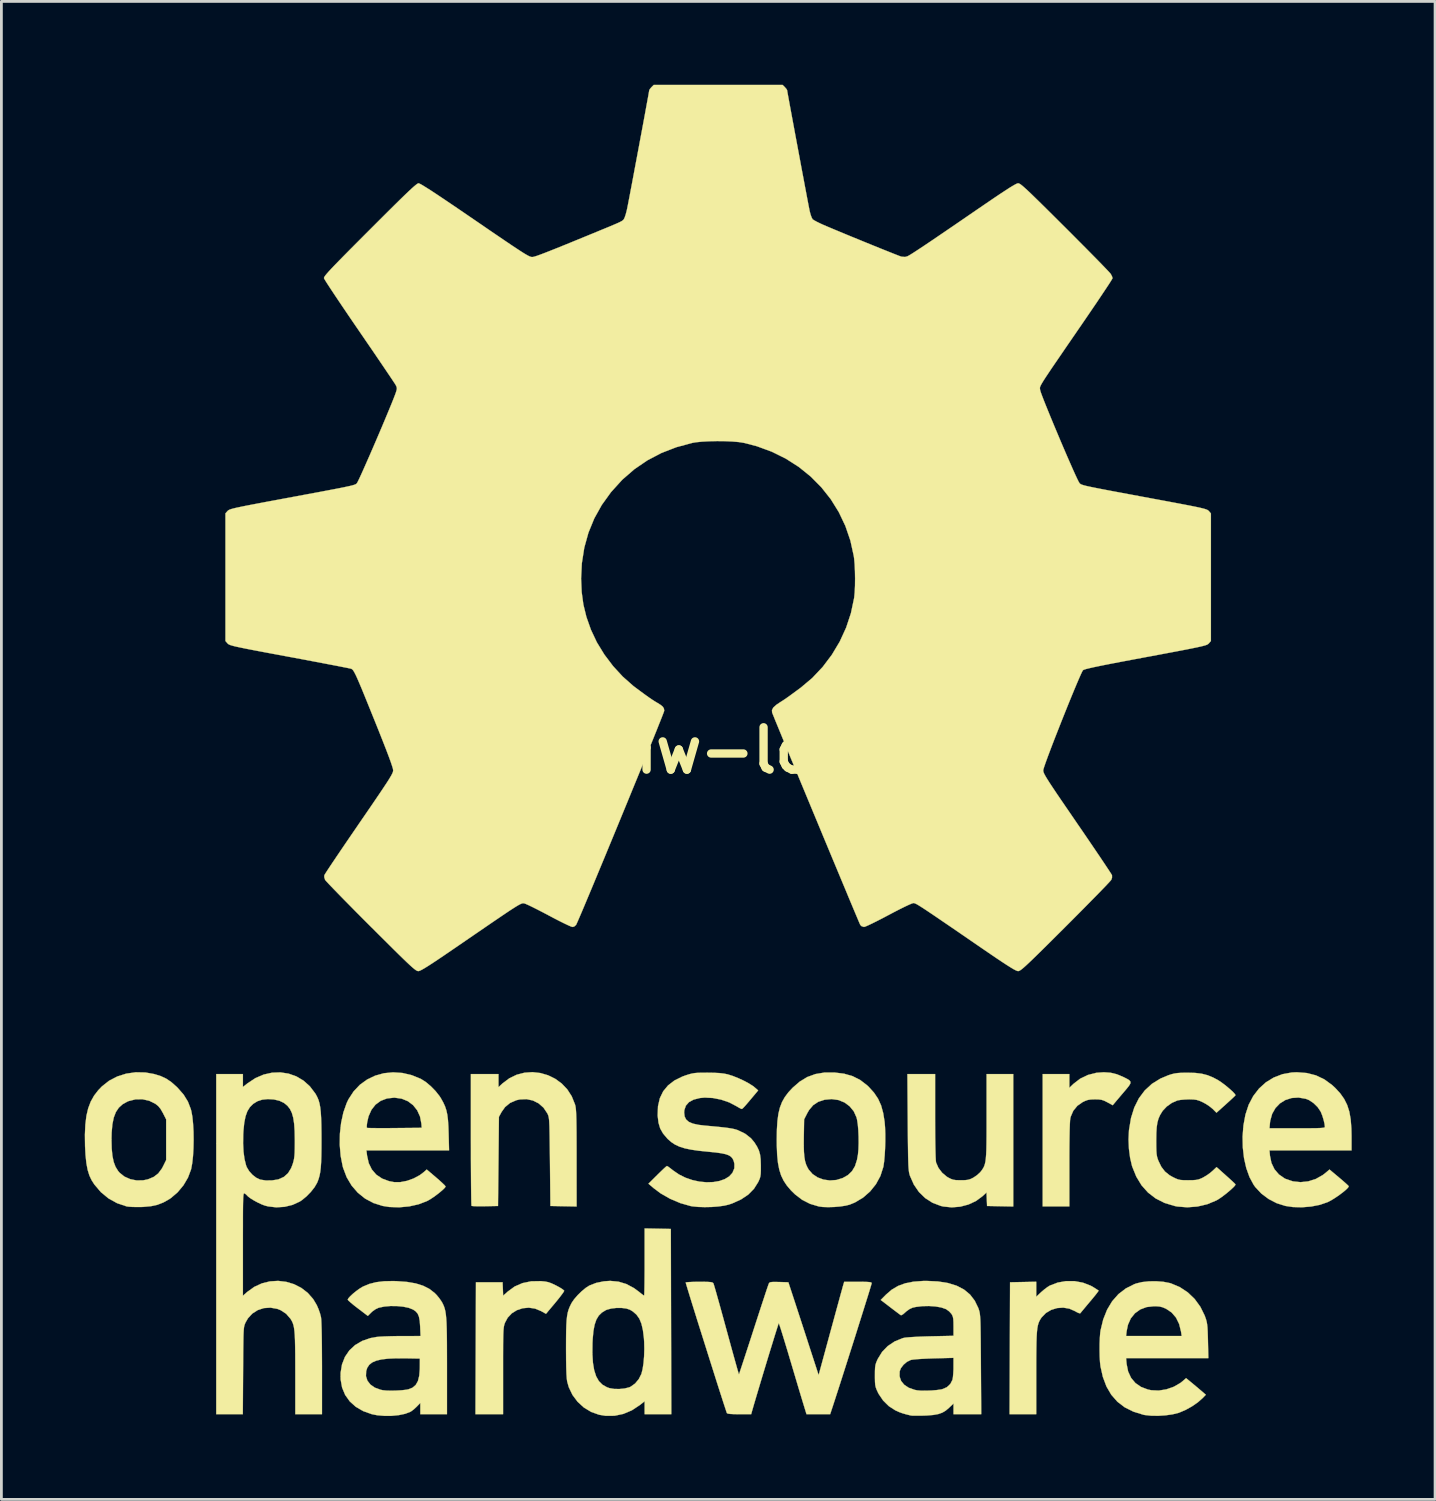
<source format=kicad_pcb>
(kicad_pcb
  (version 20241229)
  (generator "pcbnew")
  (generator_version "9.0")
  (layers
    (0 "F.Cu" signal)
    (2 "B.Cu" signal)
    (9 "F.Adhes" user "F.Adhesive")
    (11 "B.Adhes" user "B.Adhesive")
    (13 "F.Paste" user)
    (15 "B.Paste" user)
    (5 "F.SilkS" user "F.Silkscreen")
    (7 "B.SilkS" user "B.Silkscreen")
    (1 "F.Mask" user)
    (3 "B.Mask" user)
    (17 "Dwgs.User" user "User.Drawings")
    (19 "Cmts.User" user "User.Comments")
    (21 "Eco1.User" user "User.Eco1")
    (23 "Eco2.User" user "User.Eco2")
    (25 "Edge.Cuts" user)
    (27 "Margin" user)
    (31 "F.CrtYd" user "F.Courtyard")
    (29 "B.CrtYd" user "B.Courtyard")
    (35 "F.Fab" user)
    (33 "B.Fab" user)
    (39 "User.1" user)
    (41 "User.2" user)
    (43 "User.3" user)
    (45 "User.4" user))
  (footprint "oshw-logo"
    (layer "F.Cu")
    (at 22.788 23.95)
    (property "Reference" "oshw-logo" (at 0 0 0) (layer "F.SilkS") (effects (font (size 1.524 1.524) (thickness 0.3))))
    (attr through_hole)
    (fp_poly (pts (xy 14.118 11.594) (xy 14.343 11.649) (xy 14.575 11.747) (xy 14.71 11.814) (xy 14.796 11.869) (xy 14.835 11.922) (xy 14.828 11.985) (xy 14.775 12.071) (xy 14.679 12.19) (xy 14.624 12.255) (xy 14.514 12.384) (xy 14.411 12.506) (xy 14.328 12.604) (xy 14.283 12.658) (xy 14.195 12.763) (xy 14.001 12.657) (xy 13.888 12.6) (xy 13.792 12.568) (xy 13.684 12.554) (xy 13.558 12.551) (xy 13.411 12.556) (xy 13.3 12.573) (xy 13.195 12.611) (xy 13.114 12.65) (xy 12.921 12.785) (xy 12.775 12.964) (xy 12.683 13.178) (xy 12.67 13.23) (xy 12.66 13.31) (xy 12.652 13.454) (xy 12.645 13.657) (xy 12.64 13.918) (xy 12.636 14.233) (xy 12.634 14.599) (xy 12.634 14.901) (xy 12.634 16.404) (xy 11.675 16.404) (xy 11.675 11.642) (xy 12.634 11.642) (xy 12.634 12.137) (xy 12.784 11.993) (xy 13.024 11.808) (xy 13.3 11.675) (xy 13.604 11.597) (xy 13.874 11.577) (xy 14.118 11.594)) (stroke (width 0.01) (type solid)) (fill yes) (layer "F.SilkS"))
    (fp_poly (pts (xy -6.374 19.092) (xy -6.23 19.106) (xy -6.114 19.129) (xy -5.998 19.17) (xy -5.858 19.236) (xy -5.822 19.254) (xy -5.7 19.32) (xy -5.605 19.38) (xy -5.549 19.425) (xy -5.54 19.441) (xy -5.56 19.48) (xy -5.616 19.56) (xy -5.7 19.671) (xy -5.805 19.802) (xy -5.867 19.877) (xy -6.195 20.268) (xy -6.372 20.169) (xy -6.588 20.08) (xy -6.812 20.047) (xy -7.034 20.067) (xy -7.241 20.136) (xy -7.425 20.25) (xy -7.573 20.407) (xy -7.671 20.59) (xy -7.687 20.635) (xy -7.7 20.682) (xy -7.711 20.736) (xy -7.719 20.804) (xy -7.726 20.893) (xy -7.731 21.008) (xy -7.734 21.156) (xy -7.737 21.343) (xy -7.738 21.575) (xy -7.739 21.86) (xy -7.739 22.201) (xy -7.739 22.325) (xy -7.739 23.879) (xy -8.732 23.879) (xy -8.723 21.506) (xy -8.715 19.133) (xy -7.756 19.133) (xy -7.746 19.374) (xy -7.736 19.616) (xy -7.57 19.467) (xy -7.321 19.285) (xy -7.04 19.163) (xy -6.728 19.098) (xy -6.385 19.092) (xy -6.374 19.092)) (stroke (width 0.01) (type solid)) (fill yes) (layer "F.SilkS"))
    (fp_poly (pts (xy 12.823 19.092) (xy 13.124 19.148) (xy 13.403 19.256) (xy 13.51 19.317) (xy 13.601 19.375) (xy 13.666 19.417) (xy 13.688 19.433) (xy 13.672 19.461) (xy 13.621 19.53) (xy 13.54 19.632) (xy 13.437 19.757) (xy 13.374 19.832) (xy 13.259 19.969) (xy 13.16 20.088) (xy 13.083 20.18) (xy 13.037 20.237) (xy 13.028 20.249) (xy 12.992 20.248) (xy 12.918 20.217) (xy 12.84 20.173) (xy 12.635 20.082) (xy 12.415 20.045) (xy 12.192 20.061) (xy 11.979 20.127) (xy 11.79 20.239) (xy 11.638 20.395) (xy 11.624 20.414) (xy 11.584 20.477) (xy 11.55 20.541) (xy 11.522 20.612) (xy 11.499 20.696) (xy 11.481 20.799) (xy 11.468 20.928) (xy 11.458 21.088) (xy 11.451 21.287) (xy 11.447 21.529) (xy 11.444 21.822) (xy 11.443 22.171) (xy 11.443 22.397) (xy 11.443 23.879) (xy 10.484 23.879) (xy 10.501 19.133) (xy 11.443 19.114) (xy 11.443 19.655) (xy 11.619 19.488) (xy 11.73 19.393) (xy 11.845 19.306) (xy 11.932 19.252) (xy 12.214 19.144) (xy 12.515 19.091) (xy 12.823 19.092)) (stroke (width 0.01) (type solid)) (fill yes) (layer "F.SilkS"))
    (fp_poly (pts (xy -6.397 11.605) (xy -6.122 11.685) (xy -5.865 11.811) (xy -5.631 11.981) (xy -5.43 12.192) (xy -5.268 12.443) (xy -5.152 12.732) (xy -5.141 12.77) (xy -5.13 12.823) (xy -5.121 12.896) (xy -5.113 12.994) (xy -5.107 13.124) (xy -5.102 13.289) (xy -5.099 13.495) (xy -5.096 13.748) (xy -5.095 14.054) (xy -5.094 14.417) (xy -5.094 14.677) (xy -5.093 16.406) (xy -5.565 16.397) (xy -6.036 16.388) (xy -6.052 14.8) (xy -6.056 14.435) (xy -6.06 14.13) (xy -6.063 13.88) (xy -6.067 13.677) (xy -6.071 13.516) (xy -6.077 13.391) (xy -6.083 13.296) (xy -6.092 13.224) (xy -6.102 13.171) (xy -6.114 13.129) (xy -6.129 13.092) (xy -6.146 13.057) (xy -6.282 12.853) (xy -6.458 12.697) (xy -6.666 12.593) (xy -6.896 12.544) (xy -7.139 12.555) (xy -7.265 12.584) (xy -7.487 12.681) (xy -7.667 12.829) (xy -7.789 13) (xy -7.888 13.18) (xy -7.904 14.784) (xy -7.921 16.388) (xy -8.386 16.397) (xy -8.555 16.399) (xy -8.7 16.397) (xy -8.808 16.393) (xy -8.867 16.386) (xy -8.874 16.383) (xy -8.877 16.347) (xy -8.881 16.25) (xy -8.884 16.098) (xy -8.887 15.895) (xy -8.89 15.648) (xy -8.892 15.36) (xy -8.894 15.039) (xy -8.896 14.689) (xy -8.896 14.315) (xy -8.897 14.001) (xy -8.897 11.642) (xy -7.904 11.642) (xy -7.904 12.113) (xy -7.758 11.978) (xy -7.512 11.793) (xy -7.246 11.665) (xy -6.966 11.593) (xy -6.68 11.573) (xy -6.397 11.605)) (stroke (width 0.01) (type solid)) (fill yes) (layer "F.SilkS"))
    (fp_poly (pts (xy 7.805 13.171) (xy 7.806 13.547) (xy 7.808 13.883) (xy 7.812 14.175) (xy 7.817 14.419) (xy 7.823 14.61) (xy 7.83 14.744) (xy 7.838 14.817) (xy 7.839 14.823) (xy 7.924 15.016) (xy 8.058 15.193) (xy 8.226 15.334) (xy 8.268 15.36) (xy 8.367 15.411) (xy 8.452 15.442) (xy 8.548 15.457) (xy 8.678 15.461) (xy 8.731 15.462) (xy 8.879 15.459) (xy 8.984 15.447) (xy 9.071 15.422) (xy 9.163 15.378) (xy 9.188 15.364) (xy 9.305 15.285) (xy 9.413 15.189) (xy 9.462 15.133) (xy 9.505 15.072) (xy 9.542 15.013) (xy 9.572 14.95) (xy 9.596 14.877) (xy 9.616 14.787) (xy 9.63 14.675) (xy 9.641 14.534) (xy 9.649 14.359) (xy 9.653 14.142) (xy 9.656 13.878) (xy 9.657 13.561) (xy 9.657 13.184) (xy 9.657 13.157) (xy 9.657 11.642) (xy 10.616 11.642) (xy 10.616 16.406) (xy 10.145 16.397) (xy 9.674 16.388) (xy 9.664 16.145) (xy 9.654 15.902) (xy 9.51 16.036) (xy 9.275 16.209) (xy 9.004 16.335) (xy 8.709 16.413) (xy 8.403 16.438) (xy 8.1 16.407) (xy 8.007 16.385) (xy 7.71 16.272) (xy 7.448 16.104) (xy 7.223 15.885) (xy 7.04 15.618) (xy 6.902 15.307) (xy 6.893 15.28) (xy 6.88 15.234) (xy 6.868 15.181) (xy 6.859 15.115) (xy 6.851 15.03) (xy 6.844 14.92) (xy 6.839 14.78) (xy 6.834 14.604) (xy 6.831 14.385) (xy 6.827 14.118) (xy 6.824 13.798) (xy 6.821 13.418) (xy 6.821 13.37) (xy 6.808 11.642) (xy 7.805 11.642) (xy 7.805 13.171)) (stroke (width 0.01) (type solid)) (fill yes) (layer "F.SilkS"))
    (fp_poly (pts (xy -20.608 11.585) (xy -20.293 11.641) (xy -20.059 11.713) (xy -19.859 11.806) (xy -19.674 11.931) (xy -19.483 12.1) (xy -19.443 12.14) (xy -19.231 12.383) (xy -19.077 12.633) (xy -18.973 12.903) (xy -18.954 12.975) (xy -18.917 13.178) (xy -18.892 13.429) (xy -18.876 13.711) (xy -18.872 14.009) (xy -18.878 14.307) (xy -18.894 14.59) (xy -18.921 14.841) (xy -18.958 15.046) (xy -18.966 15.077) (xy -19.075 15.367) (xy -19.238 15.644) (xy -19.446 15.894) (xy -19.686 16.1) (xy -19.748 16.142) (xy -19.961 16.262) (xy -20.174 16.345) (xy -20.408 16.396) (xy -20.681 16.421) (xy -20.753 16.424) (xy -20.923 16.425) (xy -21.082 16.422) (xy -21.21 16.413) (xy -21.282 16.403) (xy -21.626 16.287) (xy -21.936 16.115) (xy -22.21 15.889) (xy -22.444 15.613) (xy -22.541 15.462) (xy -22.621 15.294) (xy -22.684 15.092) (xy -22.73 14.848) (xy -22.761 14.554) (xy -22.778 14.237) (xy -22.781 14.006) (xy -21.827 14.006) (xy -21.819 14.325) (xy -21.793 14.588) (xy -21.748 14.803) (xy -21.681 14.98) (xy -21.589 15.128) (xy -21.535 15.192) (xy -21.364 15.329) (xy -21.155 15.423) (xy -20.923 15.469) (xy -20.681 15.464) (xy -20.517 15.429) (xy -20.309 15.343) (xy -20.145 15.217) (xy -20.014 15.041) (xy -19.971 14.96) (xy -19.86 14.735) (xy -19.86 13.272) (xy -19.976 13.044) (xy -20.059 12.899) (xy -20.143 12.796) (xy -20.246 12.713) (xy -20.249 12.711) (xy -20.47 12.602) (xy -20.713 12.548) (xy -20.964 12.552) (xy -21.21 12.614) (xy -21.258 12.634) (xy -21.428 12.729) (xy -21.564 12.852) (xy -21.669 13.009) (xy -21.745 13.206) (xy -21.795 13.45) (xy -21.821 13.746) (xy -21.827 14.006) (xy -22.781 14.006) (xy -22.783 13.82) (xy -22.767 13.459) (xy -22.729 13.146) (xy -22.665 12.874) (xy -22.574 12.634) (xy -22.454 12.419) (xy -22.302 12.222) (xy -22.169 12.084) (xy -21.913 11.882) (xy -21.619 11.729) (xy -21.297 11.627) (xy -20.957 11.578) (xy -20.608 11.585)) (stroke (width 0.01) (type solid)) (fill yes) (layer "F.SilkS"))
    (fp_poly (pts (xy 16.019 19.116) (xy 16.248 19.161) (xy 16.29 19.173) (xy 16.608 19.307) (xy 16.894 19.496) (xy 17.143 19.734) (xy 17.348 20.015) (xy 17.504 20.332) (xy 17.52 20.377) (xy 17.552 20.469) (xy 17.575 20.554) (xy 17.591 20.646) (xy 17.603 20.755) (xy 17.611 20.897) (xy 17.617 21.083) (xy 17.621 21.241) (xy 17.635 21.861) (xy 14.675 21.861) (xy 14.695 22.075) (xy 14.749 22.343) (xy 14.855 22.572) (xy 15.011 22.758) (xy 15.215 22.899) (xy 15.462 22.992) (xy 15.583 23.017) (xy 15.85 23.029) (xy 16.126 22.985) (xy 16.392 22.892) (xy 16.629 22.755) (xy 16.712 22.689) (xy 16.834 22.582) (xy 17.058 22.766) (xy 17.18 22.868) (xy 17.301 22.97) (xy 17.398 23.052) (xy 17.413 23.065) (xy 17.545 23.179) (xy 17.429 23.3) (xy 17.259 23.45) (xy 17.047 23.597) (xy 16.817 23.725) (xy 16.591 23.821) (xy 16.56 23.832) (xy 16.344 23.885) (xy 16.092 23.92) (xy 15.828 23.937) (xy 15.573 23.933) (xy 15.351 23.909) (xy 15.296 23.898) (xy 14.938 23.787) (xy 14.627 23.632) (xy 14.363 23.43) (xy 14.144 23.181) (xy 13.97 22.884) (xy 13.84 22.538) (xy 13.755 22.159) (xy 13.737 22.001) (xy 13.726 21.799) (xy 13.722 21.573) (xy 13.723 21.343) (xy 13.732 21.127) (xy 13.736 21.067) (xy 14.675 21.067) (xy 16.676 21.067) (xy 16.653 20.91) (xy 16.585 20.635) (xy 16.472 20.404) (xy 16.315 20.221) (xy 16.116 20.087) (xy 16.114 20.086) (xy 15.994 20.034) (xy 15.885 20.006) (xy 15.756 19.996) (xy 15.677 19.995) (xy 15.413 20.025) (xy 15.184 20.111) (xy 14.994 20.248) (xy 14.845 20.433) (xy 14.743 20.662) (xy 14.696 20.888) (xy 14.675 21.067) (xy 13.736 21.067) (xy 13.746 20.946) (xy 13.757 20.866) (xy 13.853 20.47) (xy 13.993 20.119) (xy 14.176 19.814) (xy 14.401 19.559) (xy 14.666 19.355) (xy 14.97 19.202) (xy 15.039 19.177) (xy 15.249 19.126) (xy 15.497 19.099) (xy 15.761 19.096) (xy 16.019 19.116)) (stroke (width 0.01) (type solid)) (fill yes) (layer "F.SilkS"))
    (fp_poly (pts (xy -11.359 11.603) (xy -11.018 11.684) (xy -10.691 11.819) (xy -10.52 11.927) (xy -10.34 12.078) (xy -10.169 12.253) (xy -10.026 12.433) (xy -9.979 12.506) (xy -9.893 12.66) (xy -9.827 12.803) (xy -9.779 12.948) (xy -9.744 13.11) (xy -9.721 13.3) (xy -9.706 13.532) (xy -9.698 13.767) (xy -9.682 14.387) (xy -12.655 14.387) (xy -12.632 14.577) (xy -12.572 14.847) (xy -12.46 15.076) (xy -12.3 15.262) (xy -12.091 15.402) (xy -11.838 15.496) (xy -11.656 15.53) (xy -11.436 15.53) (xy -11.197 15.484) (xy -10.957 15.398) (xy -10.736 15.279) (xy -10.602 15.178) (xy -10.485 15.076) (xy -10.146 15.364) (xy -10.021 15.473) (xy -9.917 15.568) (xy -9.842 15.641) (xy -9.808 15.683) (xy -9.806 15.688) (xy -9.832 15.731) (xy -9.901 15.8) (xy -10.001 15.886) (xy -10.12 15.98) (xy -10.245 16.071) (xy -10.365 16.15) (xy -10.466 16.207) (xy -10.774 16.326) (xy -11.116 16.403) (xy -11.475 16.436) (xy -11.831 16.424) (xy -12.072 16.386) (xy -12.402 16.282) (xy -12.702 16.122) (xy -12.965 15.911) (xy -13.188 15.653) (xy -13.366 15.353) (xy -13.494 15.015) (xy -13.508 14.965) (xy -13.582 14.587) (xy -13.615 14.19) (xy -13.609 13.787) (xy -13.583 13.551) (xy -12.644 13.551) (xy -12.639 13.576) (xy -12.603 13.581) (xy -12.509 13.584) (xy -12.366 13.586) (xy -12.181 13.587) (xy -11.963 13.587) (xy -11.722 13.586) (xy -11.644 13.585) (xy -10.666 13.576) (xy -10.677 13.429) (xy -10.726 13.171) (xy -10.828 12.946) (xy -10.976 12.76) (xy -11.164 12.618) (xy -11.387 12.527) (xy -11.637 12.492) (xy -11.658 12.491) (xy -11.917 12.52) (xy -12.141 12.605) (xy -12.328 12.742) (xy -12.475 12.929) (xy -12.579 13.164) (xy -12.627 13.371) (xy -12.64 13.475) (xy -12.644 13.551) (xy -13.583 13.551) (xy -13.565 13.394) (xy -13.484 13.022) (xy -13.366 12.687) (xy -13.302 12.552) (xy -13.117 12.267) (xy -12.891 12.028) (xy -12.629 11.838) (xy -12.339 11.699) (xy -12.026 11.612) (xy -11.697 11.58) (xy -11.359 11.603)) (stroke (width 0.01) (type solid)) (fill yes) (layer "F.SilkS"))
    (fp_poly (pts (xy 4.53 11.629) (xy 4.838 11.718) (xy 5.111 11.856) (xy 5.359 12.047) (xy 5.412 12.097) (xy 5.605 12.31) (xy 5.753 12.53) (xy 5.862 12.771) (xy 5.938 13.048) (xy 5.988 13.361) (xy 6.004 13.561) (xy 6.012 13.797) (xy 6.012 14.055) (xy 6.005 14.317) (xy 5.991 14.566) (xy 5.971 14.786) (xy 5.946 14.96) (xy 5.94 14.987) (xy 5.837 15.308) (xy 5.676 15.604) (xy 5.465 15.866) (xy 5.211 16.088) (xy 4.921 16.261) (xy 4.729 16.34) (xy 4.58 16.377) (xy 4.388 16.406) (xy 4.173 16.424) (xy 3.957 16.43) (xy 3.764 16.424) (xy 3.621 16.405) (xy 3.306 16.311) (xy 3.024 16.168) (xy 2.765 15.97) (xy 2.618 15.826) (xy 2.473 15.655) (xy 2.356 15.48) (xy 2.265 15.291) (xy 2.198 15.079) (xy 2.151 14.835) (xy 2.122 14.549) (xy 2.109 14.212) (xy 2.109 14.197) (xy 3.079 14.197) (xy 3.085 14.43) (xy 3.1 14.618) (xy 3.126 14.772) (xy 3.165 14.901) (xy 3.219 15.015) (xy 3.255 15.077) (xy 3.394 15.238) (xy 3.576 15.36) (xy 3.788 15.438) (xy 4.017 15.47) (xy 4.252 15.453) (xy 4.48 15.383) (xy 4.482 15.382) (xy 4.67 15.275) (xy 4.815 15.135) (xy 4.922 14.956) (xy 4.995 14.728) (xy 5.03 14.532) (xy 5.047 14.346) (xy 5.054 14.128) (xy 5.052 13.896) (xy 5.042 13.667) (xy 5.024 13.459) (xy 4.998 13.289) (xy 4.979 13.206) (xy 4.879 12.983) (xy 4.731 12.802) (xy 4.545 12.664) (xy 4.326 12.576) (xy 4.084 12.542) (xy 3.827 12.566) (xy 3.601 12.64) (xy 3.419 12.76) (xy 3.272 12.934) (xy 3.208 13.044) (xy 3.092 13.272) (xy 3.081 13.908) (xy 3.079 14.197) (xy 2.109 14.197) (xy 2.107 14.006) (xy 2.113 13.642) (xy 2.132 13.333) (xy 2.167 13.071) (xy 2.222 12.845) (xy 2.298 12.647) (xy 2.399 12.468) (xy 2.528 12.297) (xy 2.675 12.138) (xy 2.933 11.914) (xy 3.204 11.749) (xy 3.498 11.642) (xy 3.821 11.588) (xy 4.181 11.586) (xy 4.53 11.629)) (stroke (width 0.01) (type solid)) (fill yes) (layer "F.SilkS"))
    (fp_poly (pts (xy 21.18 11.605) (xy 21.509 11.69) (xy 21.811 11.835) (xy 22.092 12.041) (xy 22.2 12.141) (xy 22.38 12.337) (xy 22.522 12.538) (xy 22.63 12.754) (xy 22.707 12.995) (xy 22.756 13.271) (xy 22.781 13.592) (xy 22.787 13.866) (xy 22.787 14.387) (xy 19.835 14.387) (xy 19.852 14.581) (xy 19.905 14.839) (xy 20.013 15.065) (xy 20.172 15.252) (xy 20.379 15.396) (xy 20.416 15.414) (xy 20.677 15.502) (xy 20.953 15.531) (xy 21.231 15.502) (xy 21.501 15.416) (xy 21.751 15.275) (xy 21.854 15.195) (xy 21.994 15.076) (xy 22.341 15.367) (xy 22.467 15.474) (xy 22.573 15.567) (xy 22.649 15.637) (xy 22.686 15.675) (xy 22.688 15.679) (xy 22.661 15.728) (xy 22.589 15.801) (xy 22.483 15.89) (xy 22.355 15.987) (xy 22.216 16.083) (xy 22.078 16.17) (xy 21.952 16.238) (xy 21.918 16.253) (xy 21.644 16.347) (xy 21.332 16.408) (xy 21.002 16.435) (xy 20.676 16.426) (xy 20.406 16.386) (xy 20.095 16.288) (xy 19.803 16.137) (xy 19.543 15.942) (xy 19.326 15.71) (xy 19.265 15.625) (xy 19.116 15.349) (xy 19 15.026) (xy 18.919 14.667) (xy 18.875 14.285) (xy 18.867 13.889) (xy 18.89 13.593) (xy 19.835 13.593) (xy 20.831 13.593) (xy 21.119 13.593) (xy 21.346 13.591) (xy 21.521 13.589) (xy 21.649 13.584) (xy 21.738 13.578) (xy 21.793 13.57) (xy 21.82 13.559) (xy 21.828 13.545) (xy 21.816 13.436) (xy 21.783 13.294) (xy 21.738 13.145) (xy 21.687 13.016) (xy 21.677 12.994) (xy 21.569 12.833) (xy 21.423 12.689) (xy 21.259 12.579) (xy 21.142 12.532) (xy 20.881 12.487) (xy 20.634 12.503) (xy 20.409 12.574) (xy 20.212 12.696) (xy 20.05 12.864) (xy 19.931 13.073) (xy 19.862 13.319) (xy 19.852 13.399) (xy 19.835 13.593) (xy 18.89 13.593) (xy 18.898 13.49) (xy 18.97 13.101) (xy 18.971 13.097) (xy 19.086 12.746) (xy 19.25 12.434) (xy 19.458 12.164) (xy 19.705 11.94) (xy 19.988 11.767) (xy 20.3 11.647) (xy 20.638 11.585) (xy 20.819 11.577) (xy 21.18 11.605)) (stroke (width 0.01) (type solid)) (fill yes) (layer "F.SilkS"))
    (fp_poly (pts (xy -1.703 17.214) (xy -1.695 20.547) (xy -1.686 23.879) (xy -2.646 23.879) (xy -2.646 23.414) (xy -2.818 23.55) (xy -3.105 23.739) (xy -3.41 23.868) (xy -3.726 23.935) (xy -4.046 23.938) (xy -4.284 23.899) (xy -4.572 23.796) (xy -4.833 23.638) (xy -5.058 23.432) (xy -5.241 23.187) (xy -5.374 22.91) (xy -5.432 22.705) (xy -5.447 22.598) (xy -5.458 22.432) (xy -5.466 22.205) (xy -5.471 21.916) (xy -5.472 21.702) (xy -4.526 21.702) (xy -4.506 22.027) (xy -4.461 22.297) (xy -4.39 22.517) (xy -4.291 22.69) (xy -4.162 22.819) (xy -4.002 22.909) (xy -3.909 22.942) (xy -3.743 22.97) (xy -3.554 22.973) (xy -3.366 22.954) (xy -3.204 22.914) (xy -3.149 22.89) (xy -2.99 22.776) (xy -2.855 22.615) (xy -2.761 22.426) (xy -2.761 22.425) (xy -2.719 22.259) (xy -2.686 22.043) (xy -2.665 21.797) (xy -2.657 21.537) (xy -2.662 21.281) (xy -2.672 21.137) (xy -2.708 20.853) (xy -2.761 20.624) (xy -2.836 20.442) (xy -2.938 20.299) (xy -3.069 20.184) (xy -3.175 20.12) (xy -3.304 20.077) (xy -3.474 20.056) (xy -3.662 20.056) (xy -3.845 20.077) (xy -4.002 20.119) (xy -4.046 20.138) (xy -4.186 20.224) (xy -4.297 20.334) (xy -4.383 20.477) (xy -4.445 20.658) (xy -4.488 20.886) (xy -4.514 21.169) (xy -4.522 21.319) (xy -4.526 21.702) (xy -5.472 21.702) (xy -5.473 21.562) (xy -5.473 21.481) (xy -5.472 21.154) (xy -5.469 20.885) (xy -5.462 20.666) (xy -5.451 20.487) (xy -5.434 20.341) (xy -5.411 20.219) (xy -5.38 20.112) (xy -5.34 20.013) (xy -5.291 19.912) (xy -5.27 19.872) (xy -5.181 19.742) (xy -5.055 19.597) (xy -4.91 19.455) (xy -4.764 19.334) (xy -4.639 19.253) (xy -4.391 19.156) (xy -4.111 19.098) (xy -3.885 19.083) (xy -3.585 19.111) (xy -3.303 19.196) (xy -3.031 19.341) (xy -2.838 19.484) (xy -2.754 19.552) (xy -2.69 19.598) (xy -2.665 19.612) (xy -2.66 19.58) (xy -2.656 19.49) (xy -2.653 19.348) (xy -2.65 19.161) (xy -2.648 18.938) (xy -2.646 18.685) (xy -2.646 18.41) (xy -2.646 17.196) (xy -1.703 17.214)) (stroke (width 0.01) (type solid)) (fill yes) (layer "F.SilkS"))
    (fp_poly (pts (xy 17.164 11.601) (xy 17.399 11.63) (xy 17.609 11.684) (xy 17.812 11.768) (xy 17.99 11.864) (xy 18.092 11.931) (xy 18.209 12.017) (xy 18.328 12.113) (xy 18.44 12.209) (xy 18.532 12.296) (xy 18.593 12.364) (xy 18.613 12.402) (xy 18.613 12.403) (xy 18.586 12.433) (xy 18.519 12.498) (xy 18.421 12.589) (xy 18.301 12.698) (xy 18.266 12.73) (xy 17.928 13.033) (xy 17.791 12.896) (xy 17.687 12.81) (xy 17.553 12.72) (xy 17.434 12.655) (xy 17.313 12.602) (xy 17.212 12.571) (xy 17.103 12.556) (xy 16.96 12.552) (xy 16.933 12.552) (xy 16.784 12.558) (xy 16.641 12.571) (xy 16.533 12.589) (xy 16.518 12.593) (xy 16.324 12.678) (xy 16.141 12.807) (xy 15.995 12.961) (xy 15.975 12.991) (xy 15.898 13.118) (xy 15.841 13.246) (xy 15.802 13.387) (xy 15.777 13.553) (xy 15.764 13.758) (xy 15.76 14.015) (xy 15.76 14.039) (xy 15.761 14.245) (xy 15.765 14.398) (xy 15.773 14.512) (xy 15.787 14.602) (xy 15.808 14.679) (xy 15.837 14.759) (xy 15.837 14.76) (xy 15.944 14.979) (xy 16.073 15.147) (xy 16.238 15.281) (xy 16.353 15.346) (xy 16.461 15.399) (xy 16.548 15.433) (xy 16.635 15.452) (xy 16.744 15.46) (xy 16.894 15.462) (xy 16.913 15.462) (xy 17.075 15.46) (xy 17.19 15.451) (xy 17.281 15.433) (xy 17.367 15.401) (xy 17.434 15.37) (xy 17.566 15.293) (xy 17.704 15.195) (xy 17.775 15.134) (xy 17.931 14.989) (xy 18.267 15.289) (xy 18.391 15.4) (xy 18.496 15.496) (xy 18.572 15.568) (xy 18.61 15.608) (xy 18.613 15.612) (xy 18.596 15.649) (xy 18.536 15.716) (xy 18.444 15.802) (xy 18.331 15.898) (xy 18.208 15.996) (xy 18.087 16.086) (xy 17.977 16.158) (xy 17.928 16.186) (xy 17.598 16.324) (xy 17.241 16.408) (xy 16.875 16.436) (xy 16.516 16.407) (xy 16.421 16.388) (xy 16.061 16.279) (xy 15.742 16.118) (xy 15.466 15.906) (xy 15.232 15.644) (xy 15.043 15.333) (xy 14.897 14.974) (xy 14.887 14.941) (xy 14.82 14.654) (xy 14.778 14.331) (xy 14.764 13.994) (xy 14.779 13.669) (xy 14.782 13.646) (xy 14.853 13.222) (xy 14.971 12.845) (xy 15.136 12.515) (xy 15.347 12.232) (xy 15.604 11.995) (xy 15.908 11.806) (xy 16.19 11.687) (xy 16.31 11.648) (xy 16.416 11.622) (xy 16.526 11.606) (xy 16.659 11.597) (xy 16.834 11.594) (xy 16.884 11.594) (xy 17.164 11.601)) (stroke (width 0.01) (type solid)) (fill yes) (layer "F.SilkS"))
    (fp_poly (pts (xy -11.561 19.093) (xy -11.194 19.12) (xy -10.882 19.174) (xy -10.618 19.256) (xy -10.394 19.369) (xy -10.204 19.515) (xy -10.139 19.58) (xy -10.047 19.689) (xy -9.964 19.806) (xy -9.922 19.876) (xy -9.888 19.947) (xy -9.858 20.019) (xy -9.834 20.098) (xy -9.813 20.189) (xy -9.797 20.298) (xy -9.784 20.43) (xy -9.774 20.593) (xy -9.767 20.791) (xy -9.762 21.03) (xy -9.759 21.317) (xy -9.758 21.656) (xy -9.757 22.054) (xy -9.757 22.167) (xy -9.757 23.879) (xy -10.716 23.879) (xy -10.716 23.474) (xy -10.846 23.608) (xy -10.939 23.695) (xy -11.032 23.767) (xy -11.076 23.794) (xy -11.259 23.864) (xy -11.488 23.912) (xy -11.743 23.938) (xy -12.009 23.939) (xy -12.266 23.917) (xy -12.462 23.878) (xy -12.773 23.767) (xy -13.038 23.613) (xy -13.255 23.418) (xy -13.42 23.186) (xy -13.53 22.922) (xy -13.583 22.629) (xy -13.584 22.509) (xy -12.672 22.509) (xy -12.62 22.673) (xy -12.513 22.812) (xy -12.355 22.923) (xy -12.151 22.998) (xy -12.069 23.016) (xy -11.936 23.029) (xy -11.763 23.034) (xy -11.571 23.029) (xy -11.383 23.018) (xy -11.223 22.999) (xy -11.142 22.983) (xy -10.993 22.923) (xy -10.881 22.826) (xy -10.802 22.686) (xy -10.755 22.497) (xy -10.735 22.253) (xy -10.734 22.196) (xy -10.732 21.878) (xy -11.227 21.869) (xy -11.581 21.868) (xy -11.875 21.881) (xy -12.115 21.909) (xy -12.304 21.954) (xy -12.449 22.018) (xy -12.554 22.102) (xy -12.625 22.208) (xy -12.664 22.328) (xy -12.672 22.509) (xy -13.584 22.509) (xy -13.584 22.39) (xy -13.533 22.086) (xy -13.427 21.816) (xy -13.268 21.583) (xy -13.061 21.391) (xy -12.808 21.243) (xy -12.511 21.141) (xy -12.296 21.101) (xy -12.187 21.091) (xy -12.026 21.082) (xy -11.829 21.075) (xy -11.612 21.07) (xy -11.388 21.068) (xy -11.381 21.068) (xy -10.707 21.067) (xy -10.722 20.727) (xy -10.737 20.524) (xy -10.765 20.374) (xy -10.81 20.264) (xy -10.879 20.182) (xy -10.977 20.114) (xy -10.98 20.113) (xy -11.132 20.052) (xy -11.33 20.011) (xy -11.555 19.989) (xy -11.79 19.987) (xy -12.016 20.007) (xy -12.215 20.049) (xy -12.216 20.05) (xy -12.321 20.098) (xy -12.432 20.175) (xy -12.477 20.216) (xy -12.604 20.343) (xy -12.966 20.068) (xy -13.098 19.966) (xy -13.208 19.875) (xy -13.288 19.805) (xy -13.326 19.763) (xy -13.328 19.758) (xy -13.303 19.708) (xy -13.235 19.633) (xy -13.138 19.543) (xy -13.023 19.45) (xy -12.905 19.364) (xy -12.796 19.297) (xy -12.776 19.287) (xy -12.552 19.193) (xy -12.305 19.13) (xy -12.023 19.096) (xy -11.695 19.089) (xy -11.561 19.093)) (stroke (width 0.01) (type solid)) (fill yes) (layer "F.SilkS"))
    (fp_poly (pts (xy -0.137 11.597) (xy 0.055 11.607) (xy 0.211 11.626) (xy 0.345 11.653) (xy 0.347 11.654) (xy 0.525 11.71) (xy 0.723 11.789) (xy 0.923 11.881) (xy 1.105 11.979) (xy 1.252 12.072) (xy 1.306 12.115) (xy 1.439 12.23) (xy 1.291 12.407) (xy 1.144 12.582) (xy 1.034 12.712) (xy 0.954 12.803) (xy 0.9 12.86) (xy 0.866 12.89) (xy 0.846 12.898) (xy 0.804 12.882) (xy 0.726 12.839) (xy 0.663 12.801) (xy 0.403 12.664) (xy 0.111 12.563) (xy -0.19 12.503) (xy -0.483 12.488) (xy -0.658 12.504) (xy -0.883 12.561) (xy -1.051 12.652) (xy -1.162 12.778) (xy -1.217 12.938) (xy -1.224 13.028) (xy -1.207 13.167) (xy -1.153 13.277) (xy -1.056 13.362) (xy -0.911 13.424) (xy -0.711 13.468) (xy -0.487 13.495) (xy -0.189 13.522) (xy 0.051 13.545) (xy 0.242 13.566) (xy 0.392 13.586) (xy 0.509 13.606) (xy 0.603 13.627) (xy 0.681 13.651) (xy 0.704 13.659) (xy 0.969 13.787) (xy 1.18 13.952) (xy 1.302 14.098) (xy 1.398 14.25) (xy 1.464 14.388) (xy 1.506 14.533) (xy 1.528 14.702) (xy 1.535 14.915) (xy 1.535 14.949) (xy 1.535 15.118) (xy 1.53 15.238) (xy 1.517 15.329) (xy 1.494 15.407) (xy 1.457 15.492) (xy 1.44 15.528) (xy 1.288 15.769) (xy 1.084 15.977) (xy 0.825 16.151) (xy 0.51 16.294) (xy 0.38 16.338) (xy 0.213 16.377) (xy 0.000375 16.406) (xy -0.239 16.424) (xy -0.486 16.429) (xy -0.72 16.422) (xy -0.922 16.402) (xy -0.992 16.39) (xy -1.365 16.284) (xy -1.732 16.128) (xy -2.071 15.934) (xy -2.322 15.746) (xy -2.508 15.587) (xy -2.188 15.268) (xy -2.069 15.152) (xy -1.967 15.054) (xy -1.89 14.984) (xy -1.847 14.951) (xy -1.843 14.949) (xy -1.807 14.968) (xy -1.735 15.02) (xy -1.642 15.093) (xy -1.628 15.104) (xy -1.412 15.253) (xy -1.175 15.371) (xy -0.925 15.457) (xy -0.67 15.512) (xy -0.419 15.535) (xy -0.178 15.528) (xy 0.043 15.49) (xy 0.237 15.422) (xy 0.397 15.324) (xy 0.513 15.196) (xy 0.579 15.039) (xy 0.582 15.024) (xy 0.584 14.873) (xy 0.559 14.769) (xy 0.521 14.686) (xy 0.466 14.619) (xy 0.386 14.567) (xy 0.273 14.525) (xy 0.118 14.492) (xy -0.087 14.463) (xy -0.349 14.437) (xy -0.364 14.435) (xy -0.698 14.401) (xy -0.974 14.361) (xy -1.203 14.313) (xy -1.393 14.253) (xy -1.552 14.179) (xy -1.69 14.087) (xy -1.816 13.976) (xy -1.83 13.961) (xy -1.982 13.782) (xy -2.086 13.599) (xy -2.147 13.393) (xy -2.176 13.147) (xy -2.177 13.123) (xy -2.165 12.799) (xy -2.099 12.512) (xy -1.978 12.262) (xy -1.803 12.05) (xy -1.573 11.873) (xy -1.286 11.731) (xy -1.158 11.685) (xy -1.041 11.648) (xy -0.942 11.623) (xy -0.842 11.606) (xy -0.725 11.597) (xy -0.575 11.594) (xy -0.38 11.593) (xy -0.137 11.597)) (stroke (width 0.01) (type solid)) (fill yes) (layer "F.SilkS"))
    (fp_poly (pts (xy 7.906 19.103) (xy 8.269 19.16) (xy 8.581 19.257) (xy 8.844 19.394) (xy 9.06 19.573) (xy 9.23 19.794) (xy 9.358 20.058) (xy 9.365 20.078) (xy 9.381 20.125) (xy 9.395 20.172) (xy 9.407 20.223) (xy 9.416 20.284) (xy 9.424 20.362) (xy 9.431 20.461) (xy 9.436 20.589) (xy 9.44 20.75) (xy 9.443 20.951) (xy 9.446 21.198) (xy 9.448 21.495) (xy 9.451 21.849) (xy 9.452 22.084) (xy 9.464 23.879) (xy 8.467 23.879) (xy 8.467 23.494) (xy 8.303 23.651) (xy 8.187 23.75) (xy 8.064 23.823) (xy 7.92 23.874) (xy 7.744 23.906) (xy 7.522 23.925) (xy 7.392 23.93) (xy 7.231 23.933) (xy 7.089 23.933) (xy 6.983 23.931) (xy 6.929 23.925) (xy 6.751 23.881) (xy 6.618 23.842) (xy 6.507 23.801) (xy 6.397 23.751) (xy 6.371 23.739) (xy 6.138 23.588) (xy 5.935 23.388) (xy 5.775 23.152) (xy 5.745 23.093) (xy 5.698 22.991) (xy 5.668 22.907) (xy 5.65 22.821) (xy 5.642 22.715) (xy 5.639 22.57) (xy 5.639 22.52) (xy 6.526 22.52) (xy 6.581 22.682) (xy 6.693 22.82) (xy 6.856 22.928) (xy 7.066 23.002) (xy 7.16 23.021) (xy 7.298 23.033) (xy 7.477 23.034) (xy 7.673 23.027) (xy 7.862 23.011) (xy 8.019 22.989) (xy 8.062 22.979) (xy 8.226 22.909) (xy 8.352 22.792) (xy 8.429 22.642) (xy 8.43 22.637) (xy 8.446 22.546) (xy 8.458 22.411) (xy 8.466 22.256) (xy 8.466 22.179) (xy 8.467 21.852) (xy 7.764 21.87) (xy 7.539 21.878) (xy 7.333 21.888) (xy 7.156 21.9) (xy 7.02 21.913) (xy 6.937 21.926) (xy 6.93 21.928) (xy 6.792 21.995) (xy 6.668 22.1) (xy 6.573 22.225) (xy 6.53 22.337) (xy 6.526 22.52) (xy 5.639 22.52) (xy 5.639 22.49) (xy 5.64 22.321) (xy 5.646 22.2) (xy 5.659 22.108) (xy 5.684 22.025) (xy 5.722 21.934) (xy 5.745 21.886) (xy 5.899 21.636) (xy 6.103 21.426) (xy 6.35 21.261) (xy 6.633 21.146) (xy 6.685 21.132) (xy 6.758 21.121) (xy 6.886 21.11) (xy 7.059 21.099) (xy 7.264 21.089) (xy 7.491 21.081) (xy 7.648 21.077) (xy 8.467 21.059) (xy 8.467 20.721) (xy 8.465 20.561) (xy 8.458 20.45) (xy 8.443 20.373) (xy 8.417 20.311) (xy 8.392 20.27) (xy 8.31 20.18) (xy 8.207 20.105) (xy 8.193 20.097) (xy 8.029 20.04) (xy 7.819 20.003) (xy 7.584 19.987) (xy 7.343 19.992) (xy 7.114 20.02) (xy 6.996 20.046) (xy 6.886 20.096) (xy 6.77 20.179) (xy 6.736 20.21) (xy 6.659 20.278) (xy 6.597 20.315) (xy 6.572 20.317) (xy 6.533 20.29) (xy 6.453 20.23) (xy 6.343 20.147) (xy 6.214 20.049) (xy 6.192 20.032) (xy 5.848 19.769) (xy 6.038 19.577) (xy 6.243 19.4) (xy 6.471 19.265) (xy 6.729 19.17) (xy 7.026 19.111) (xy 7.371 19.086) (xy 7.491 19.084) (xy 7.906 19.103)) (stroke (width 0.01) (type solid)) (fill yes) (layer "F.SilkS"))
    (fp_poly (pts (xy 5.222 19.117) (xy 5.358 19.12) (xy 5.447 19.127) (xy 5.498 19.137) (xy 5.52 19.153) (xy 5.523 19.167) (xy 5.513 19.205) (xy 5.485 19.299) (xy 5.441 19.445) (xy 5.382 19.636) (xy 5.31 19.865) (xy 5.228 20.128) (xy 5.137 20.417) (xy 5.039 20.728) (xy 4.937 21.053) (xy 4.831 21.388) (xy 4.723 21.725) (xy 4.617 22.059) (xy 4.513 22.385) (xy 4.414 22.695) (xy 4.321 22.984) (xy 4.236 23.246) (xy 4.162 23.475) (xy 4.13 23.573) (xy 4.029 23.879) (xy 3.178 23.879) (xy 3.084 23.573) (xy 3.054 23.474) (xy 3.007 23.32) (xy 2.947 23.12) (xy 2.876 22.883) (xy 2.797 22.617) (xy 2.712 22.332) (xy 2.624 22.035) (xy 2.594 21.936) (xy 2.51 21.652) (xy 2.43 21.389) (xy 2.358 21.153) (xy 2.296 20.951) (xy 2.245 20.789) (xy 2.207 20.675) (xy 2.185 20.613) (xy 2.18 20.605) (xy 2.168 20.635) (xy 2.14 20.722) (xy 2.097 20.857) (xy 2.041 21.035) (xy 1.976 21.247) (xy 1.902 21.486) (xy 1.822 21.746) (xy 1.739 22.019) (xy 1.655 22.297) (xy 1.571 22.575) (xy 1.491 22.843) (xy 1.415 23.096) (xy 1.347 23.326) (xy 1.288 23.526) (xy 1.241 23.688) (xy 1.217 23.771) (xy 1.188 23.879) (xy 0.758 23.879) (xy 0.565 23.877) (xy 0.432 23.87) (xy 0.351 23.859) (xy 0.315 23.841) (xy 0.313 23.837) (xy 0.289 23.769) (xy 0.249 23.647) (xy 0.193 23.477) (xy 0.125 23.266) (xy 0.046 23.02) (xy -0.042 22.745) (xy -0.137 22.445) (xy -0.237 22.129) (xy -0.341 21.801) (xy -0.446 21.467) (xy -0.551 21.134) (xy -0.654 20.808) (xy -0.753 20.494) (xy -0.845 20.198) (xy -0.93 19.927) (xy -1.004 19.687) (xy -1.067 19.482) (xy -1.116 19.321) (xy -1.15 19.207) (xy -1.167 19.148) (xy -1.168 19.141) (xy -1.132 19.132) (xy -1.041 19.125) (xy -0.909 19.119) (xy -0.747 19.116) (xy -0.677 19.116) (xy -0.488 19.117) (xy -0.355 19.12) (xy -0.266 19.127) (xy -0.212 19.139) (xy -0.183 19.157) (xy -0.17 19.174) (xy -0.156 19.217) (xy -0.126 19.317) (xy -0.082 19.468) (xy -0.027 19.664) (xy 0.039 19.899) (xy 0.113 20.166) (xy 0.194 20.459) (xy 0.279 20.772) (xy 0.299 20.844) (xy 0.385 21.158) (xy 0.465 21.451) (xy 0.539 21.718) (xy 0.604 21.952) (xy 0.659 22.148) (xy 0.702 22.3) (xy 0.732 22.401) (xy 0.747 22.445) (xy 0.748 22.447) (xy 0.76 22.415) (xy 0.79 22.325) (xy 0.836 22.185) (xy 0.897 21.999) (xy 0.971 21.774) (xy 1.055 21.516) (xy 1.148 21.231) (xy 1.247 20.925) (xy 1.276 20.835) (xy 1.378 20.521) (xy 1.474 20.226) (xy 1.562 19.955) (xy 1.642 19.714) (xy 1.709 19.509) (xy 1.763 19.348) (xy 1.802 19.235) (xy 1.823 19.178) (xy 1.825 19.173) (xy 1.846 19.146) (xy 1.886 19.129) (xy 1.956 19.122) (xy 2.069 19.121) (xy 2.19 19.123) (xy 2.525 19.133) (xy 2.699 19.662) (xy 2.752 19.823) (xy 2.821 20.035) (xy 2.903 20.286) (xy 2.994 20.564) (xy 3.089 20.856) (xy 3.185 21.151) (xy 3.243 21.332) (xy 3.614 22.473) (xy 4.037 20.919) (xy 4.123 20.605) (xy 4.204 20.308) (xy 4.279 20.033) (xy 4.346 19.789) (xy 4.403 19.58) (xy 4.449 19.415) (xy 4.48 19.3) (xy 4.497 19.241) (xy 4.497 19.24) (xy 4.534 19.116) (xy 5.028 19.116) (xy 5.222 19.117)) (stroke (width 0.01) (type solid)) (fill yes) (layer "F.SilkS"))
    (fp_poly (pts (xy -15.455 11.627) (xy -15.175 11.726) (xy -14.918 11.879) (xy -14.689 12.084) (xy -14.495 12.34) (xy -14.474 12.374) (xy -14.421 12.475) (xy -14.377 12.58) (xy -14.343 12.699) (xy -14.317 12.839) (xy -14.298 13.008) (xy -14.285 13.215) (xy -14.277 13.466) (xy -14.273 13.772) (xy -14.272 13.973) (xy -14.273 14.311) (xy -14.277 14.592) (xy -14.285 14.822) (xy -14.298 15.012) (xy -14.317 15.169) (xy -14.343 15.301) (xy -14.376 15.417) (xy -14.417 15.525) (xy -14.433 15.561) (xy -14.523 15.715) (xy -14.654 15.88) (xy -14.809 16.04) (xy -14.971 16.174) (xy -15.053 16.229) (xy -15.312 16.348) (xy -15.599 16.418) (xy -15.899 16.437) (xy -16.193 16.403) (xy -16.312 16.372) (xy -16.431 16.327) (xy -16.566 16.263) (xy -16.703 16.189) (xy -16.824 16.114) (xy -16.912 16.049) (xy -16.948 16.011) (xy -16.994 15.966) (xy -17.034 15.94) (xy -17.048 15.934) (xy -17.06 15.935) (xy -17.069 15.949) (xy -17.077 15.98) (xy -17.084 16.033) (xy -17.089 16.113) (xy -17.092 16.225) (xy -17.095 16.375) (xy -17.097 16.567) (xy -17.098 16.806) (xy -17.098 17.098) (xy -17.099 17.447) (xy -17.099 17.762) (xy -17.099 19.618) (xy -16.942 19.479) (xy -16.689 19.298) (xy -16.415 19.172) (xy -16.127 19.101) (xy -15.833 19.083) (xy -15.542 19.117) (xy -15.262 19.201) (xy -15.002 19.333) (xy -14.769 19.512) (xy -14.571 19.737) (xy -14.441 19.954) (xy -14.378 20.1) (xy -14.324 20.255) (xy -14.29 20.386) (xy -14.29 20.387) (xy -14.281 20.47) (xy -14.274 20.616) (xy -14.267 20.82) (xy -14.262 21.078) (xy -14.258 21.387) (xy -14.256 21.742) (xy -14.254 22.14) (xy -14.254 22.231) (xy -14.254 23.879) (xy -15.214 23.879) (xy -15.214 22.415) (xy -15.215 22.031) (xy -15.216 21.708) (xy -15.22 21.437) (xy -15.225 21.215) (xy -15.233 21.034) (xy -15.245 20.888) (xy -15.26 20.771) (xy -15.28 20.677) (xy -15.305 20.599) (xy -15.336 20.532) (xy -15.372 20.469) (xy -15.39 20.442) (xy -15.546 20.264) (xy -15.742 20.136) (xy -15.862 20.089) (xy -16.108 20.046) (xy -16.346 20.062) (xy -16.567 20.135) (xy -16.76 20.258) (xy -16.918 20.43) (xy -17.004 20.58) (xy -17.022 20.621) (xy -17.037 20.661) (xy -17.05 20.706) (xy -17.06 20.762) (xy -17.068 20.836) (xy -17.074 20.933) (xy -17.079 21.06) (xy -17.082 21.222) (xy -17.085 21.427) (xy -17.088 21.68) (xy -17.09 21.988) (xy -17.092 22.316) (xy -17.102 23.879) (xy -18.058 23.879) (xy -18.058 14.136) (xy -17.092 14.136) (xy -17.077 14.438) (xy -17.041 14.702) (xy -16.987 14.918) (xy -16.96 14.991) (xy -16.874 15.135) (xy -16.752 15.269) (xy -16.613 15.376) (xy -16.477 15.439) (xy -16.276 15.47) (xy -16.053 15.468) (xy -15.844 15.435) (xy -15.813 15.427) (xy -15.625 15.342) (xy -15.476 15.209) (xy -15.362 15.023) (xy -15.306 14.876) (xy -15.279 14.782) (xy -15.259 14.692) (xy -15.246 14.594) (xy -15.237 14.475) (xy -15.233 14.32) (xy -15.231 14.118) (xy -15.231 14.023) (xy -15.237 13.698) (xy -15.255 13.431) (xy -15.288 13.213) (xy -15.338 13.038) (xy -15.407 12.897) (xy -15.498 12.782) (xy -15.613 12.687) (xy -15.622 12.68) (xy -15.786 12.602) (xy -15.986 12.555) (xy -16.199 12.542) (xy -16.404 12.563) (xy -16.578 12.62) (xy -16.579 12.621) (xy -16.728 12.713) (xy -16.846 12.83) (xy -16.938 12.978) (xy -17.005 13.164) (xy -17.051 13.397) (xy -17.08 13.685) (xy -17.087 13.808) (xy -17.092 14.136) (xy -18.058 14.136) (xy -18.058 11.642) (xy -17.099 11.642) (xy -17.099 12.106) (xy -16.927 11.971) (xy -16.646 11.786) (xy -16.351 11.66) (xy -16.05 11.593) (xy -15.749 11.582) (xy -15.455 11.627)) (stroke (width 0.01) (type solid)) (fill yes) (layer "F.SilkS"))
    (fp_poly (pts (xy 2.399 -23.864) (xy 2.454 -23.801) (xy 2.48 -23.756) (xy 2.48 -23.753) (xy 2.486 -23.715) (xy 2.503 -23.619) (xy 2.53 -23.471) (xy 2.565 -23.278) (xy 2.608 -23.046) (xy 2.657 -22.782) (xy 2.711 -22.492) (xy 2.768 -22.183) (xy 2.828 -21.862) (xy 2.889 -21.536) (xy 2.95 -21.21) (xy 3.009 -20.891) (xy 3.067 -20.586) (xy 3.12 -20.302) (xy 3.169 -20.045) (xy 3.211 -19.821) (xy 3.246 -19.638) (xy 3.273 -19.501) (xy 3.289 -19.418) (xy 3.29 -19.414) (xy 3.323 -19.286) (xy 3.361 -19.179) (xy 3.396 -19.114) (xy 3.399 -19.11) (xy 3.453 -19.074) (xy 3.551 -19.02) (xy 3.679 -18.958) (xy 3.77 -18.916) (xy 3.901 -18.86) (xy 4.073 -18.787) (xy 4.279 -18.701) (xy 4.512 -18.604) (xy 4.763 -18.5) (xy 5.026 -18.393) (xy 5.291 -18.284) (xy 5.552 -18.178) (xy 5.8 -18.077) (xy 6.028 -17.986) (xy 6.228 -17.906) (xy 6.392 -17.841) (xy 6.513 -17.794) (xy 6.582 -17.769) (xy 6.591 -17.766) (xy 6.722 -17.755) (xy 6.804 -17.777) (xy 6.846 -17.798) (xy 6.911 -17.836) (xy 7.001 -17.892) (xy 7.12 -17.969) (xy 7.271 -18.068) (xy 7.456 -18.191) (xy 7.679 -18.341) (xy 7.942 -18.52) (xy 8.249 -18.729) (xy 8.602 -18.97) (xy 9.004 -19.246) (xy 9.291 -19.443) (xy 9.625 -19.671) (xy 9.908 -19.864) (xy 10.145 -20.023) (xy 10.34 -20.151) (xy 10.494 -20.251) (xy 10.614 -20.323) (xy 10.701 -20.372) (xy 10.76 -20.399) (xy 10.792 -20.406) (xy 10.816 -20.401) (xy 10.849 -20.386) (xy 10.894 -20.356) (xy 10.954 -20.308) (xy 11.032 -20.239) (xy 11.133 -20.147) (xy 11.259 -20.028) (xy 11.413 -19.878) (xy 11.6 -19.695) (xy 11.823 -19.475) (xy 12.084 -19.216) (xy 12.388 -18.913) (xy 12.475 -18.827) (xy 12.745 -18.557) (xy 13.002 -18.298) (xy 13.243 -18.056) (xy 13.463 -17.833) (xy 13.659 -17.634) (xy 13.825 -17.463) (xy 13.959 -17.324) (xy 14.056 -17.221) (xy 14.112 -17.159) (xy 14.123 -17.144) (xy 14.167 -17.063) (xy 14.188 -16.998) (xy 14.188 -16.992) (xy 14.17 -16.956) (xy 14.118 -16.871) (xy 14.035 -16.742) (xy 13.924 -16.575) (xy 13.79 -16.374) (xy 13.636 -16.144) (xy 13.465 -15.892) (xy 13.281 -15.622) (xy 13.202 -15.506) (xy 12.917 -15.091) (xy 12.667 -14.727) (xy 12.449 -14.41) (xy 12.263 -14.137) (xy 12.104 -13.905) (xy 11.971 -13.71) (xy 11.863 -13.548) (xy 11.775 -13.416) (xy 11.707 -13.31) (xy 11.656 -13.226) (xy 11.619 -13.162) (xy 11.595 -13.114) (xy 11.581 -13.077) (xy 11.575 -13.049) (xy 11.575 -13.026) (xy 11.578 -13.004) (xy 11.581 -12.98) (xy 11.583 -12.966) (xy 11.599 -12.909) (xy 11.638 -12.799) (xy 11.698 -12.642) (xy 11.775 -12.447) (xy 11.867 -12.22) (xy 11.97 -11.968) (xy 12.082 -11.698) (xy 12.199 -11.419) (xy 12.318 -11.136) (xy 12.437 -10.858) (xy 12.552 -10.59) (xy 12.661 -10.342) (xy 12.759 -10.119) (xy 12.845 -9.928) (xy 12.915 -9.778) (xy 12.966 -9.675) (xy 12.993 -9.629) (xy 13.006 -9.613) (xy 13.021 -9.597) (xy 13.041 -9.583) (xy 13.071 -9.568) (xy 13.116 -9.552) (xy 13.18 -9.533) (xy 13.266 -9.512) (xy 13.381 -9.487) (xy 13.527 -9.457) (xy 13.709 -9.421) (xy 13.932 -9.378) (xy 14.199 -9.327) (xy 14.516 -9.268) (xy 14.886 -9.199) (xy 15.314 -9.119) (xy 15.627 -9.061) (xy 16.033 -8.986) (xy 16.379 -8.921) (xy 16.67 -8.866) (xy 16.911 -8.82) (xy 17.107 -8.781) (xy 17.263 -8.749) (xy 17.385 -8.721) (xy 17.476 -8.698) (xy 17.542 -8.678) (xy 17.589 -8.66) (xy 17.62 -8.643) (xy 17.642 -8.625) (xy 17.653 -8.614) (xy 17.727 -8.529) (xy 17.727 -6.234) (xy 17.727 -3.939) (xy 17.653 -3.853) (xy 17.635 -3.836) (xy 17.612 -3.819) (xy 17.578 -3.802) (xy 17.528 -3.784) (xy 17.457 -3.764) (xy 17.362 -3.741) (xy 17.237 -3.713) (xy 17.077 -3.68) (xy 16.878 -3.64) (xy 16.635 -3.593) (xy 16.344 -3.538) (xy 15.999 -3.473) (xy 15.596 -3.397) (xy 15.382 -3.358) (xy 14.929 -3.273) (xy 14.537 -3.199) (xy 14.202 -3.135) (xy 13.921 -3.08) (xy 13.689 -3.033) (xy 13.503 -2.994) (xy 13.359 -2.961) (xy 13.252 -2.935) (xy 13.18 -2.913) (xy 13.138 -2.896) (xy 13.125 -2.887) (xy 13.097 -2.841) (xy 13.049 -2.74) (xy 12.983 -2.591) (xy 12.901 -2.4) (xy 12.807 -2.176) (xy 12.703 -1.924) (xy 12.592 -1.652) (xy 12.477 -1.366) (xy 12.36 -1.073) (xy 12.245 -0.781) (xy 12.133 -0.497) (xy 12.028 -0.226) (xy 11.933 0.024) (xy 11.85 0.246) (xy 11.782 0.433) (xy 11.732 0.578) (xy 11.702 0.675) (xy 11.695 0.711) (xy 11.696 0.741) (xy 11.704 0.776) (xy 11.721 0.821) (xy 11.75 0.879) (xy 11.793 0.955) (xy 11.853 1.053) (xy 11.932 1.177) (xy 12.034 1.331) (xy 12.16 1.52) (xy 12.314 1.747) (xy 12.499 2.017) (xy 12.716 2.334) (xy 12.919 2.631) (xy 13.131 2.939) (xy 13.332 3.234) (xy 13.518 3.508) (xy 13.688 3.759) (xy 13.837 3.98) (xy 13.962 4.168) (xy 14.061 4.317) (xy 14.13 4.423) (xy 14.165 4.481) (xy 14.169 4.489) (xy 14.17 4.576) (xy 14.143 4.653) (xy 14.111 4.692) (xy 14.037 4.773) (xy 13.924 4.893) (xy 13.775 5.047) (xy 13.596 5.231) (xy 13.389 5.441) (xy 13.16 5.674) (xy 12.911 5.925) (xy 12.647 6.19) (xy 12.495 6.342) (xy 12.18 6.656) (xy 11.908 6.927) (xy 11.676 7.157) (xy 11.48 7.349) (xy 11.317 7.508) (xy 11.183 7.636) (xy 11.076 7.736) (xy 10.991 7.812) (xy 10.925 7.867) (xy 10.875 7.903) (xy 10.838 7.925) (xy 10.809 7.935) (xy 10.791 7.938) (xy 10.755 7.93) (xy 10.701 7.907) (xy 10.623 7.866) (xy 10.517 7.802) (xy 10.379 7.715) (xy 10.205 7.601) (xy 9.991 7.458) (xy 9.732 7.282) (xy 9.424 7.071) (xy 9.353 7.022) (xy 8.952 6.747) (xy 8.602 6.506) (xy 8.299 6.299) (xy 8.039 6.122) (xy 7.82 5.972) (xy 7.637 5.849) (xy 7.487 5.748) (xy 7.365 5.668) (xy 7.269 5.607) (xy 7.195 5.561) (xy 7.139 5.529) (xy 7.098 5.509) (xy 7.067 5.497) (xy 7.044 5.491) (xy 7.024 5.49) (xy 7.022 5.49) (xy 6.968 5.506) (xy 6.864 5.55) (xy 6.717 5.619) (xy 6.535 5.709) (xy 6.325 5.817) (xy 6.13 5.92) (xy 5.916 6.033) (xy 5.717 6.135) (xy 5.542 6.222) (xy 5.399 6.29) (xy 5.298 6.334) (xy 5.245 6.35) (xy 5.244 6.35) (xy 5.156 6.32) (xy 5.113 6.276) (xy 5.096 6.239) (xy 5.056 6.146) (xy 4.995 6.001) (xy 4.914 5.809) (xy 4.815 5.573) (xy 4.7 5.299) (xy 4.572 4.99) (xy 4.431 4.653) (xy 4.28 4.29) (xy 4.12 3.907) (xy 3.954 3.507) (xy 3.783 3.097) (xy 3.61 2.679) (xy 3.435 2.259) (xy 3.262 1.841) (xy 3.091 1.429) (xy 2.925 1.029) (xy 2.766 0.644) (xy 2.615 0.28) (xy 2.475 -0.06) (xy 2.347 -0.371) (xy 2.233 -0.648) (xy 2.135 -0.887) (xy 2.054 -1.083) (xy 1.994 -1.232) (xy 1.955 -1.329) (xy 1.941 -1.365) (xy 1.935 -1.452) (xy 1.983 -1.543) (xy 2.09 -1.641) (xy 2.205 -1.719) (xy 2.294 -1.776) (xy 2.376 -1.829) (xy 2.462 -1.888) (xy 2.562 -1.959) (xy 2.687 -2.05) (xy 2.847 -2.168) (xy 2.968 -2.257) (xy 3.383 -2.606) (xy 3.759 -3.004) (xy 4.09 -3.443) (xy 4.373 -3.916) (xy 4.603 -4.417) (xy 4.776 -4.939) (xy 4.889 -5.474) (xy 4.894 -5.507) (xy 4.912 -5.694) (xy 4.923 -5.928) (xy 4.926 -6.186) (xy 4.921 -6.449) (xy 4.91 -6.697) (xy 4.891 -6.91) (xy 4.879 -6.996) (xy 4.757 -7.551) (xy 4.576 -8.079) (xy 4.339 -8.577) (xy 4.05 -9.042) (xy 3.712 -9.469) (xy 3.327 -9.857) (xy 2.899 -10.202) (xy 2.431 -10.501) (xy 1.926 -10.75) (xy 1.386 -10.948) (xy 0.926 -11.067) (xy 0.741 -11.096) (xy 0.508 -11.116) (xy 0.242 -11.128) (xy -0.037 -11.131) (xy -0.315 -11.125) (xy -0.573 -11.111) (xy -0.796 -11.089) (xy -0.926 -11.067) (xy -1.501 -10.912) (xy -2.042 -10.703) (xy -2.545 -10.439) (xy -3.011 -10.122) (xy -3.437 -9.753) (xy -3.465 -9.725) (xy -3.856 -9.294) (xy -4.187 -8.834) (xy -4.458 -8.348) (xy -4.668 -7.835) (xy -4.817 -7.297) (xy -4.905 -6.735) (xy -4.932 -6.185) (xy -4.911 -5.699) (xy -4.849 -5.246) (xy -4.741 -4.805) (xy -4.582 -4.354) (xy -4.576 -4.34) (xy -4.364 -3.89) (xy -4.095 -3.451) (xy -3.78 -3.034) (xy -3.43 -2.654) (xy -3.054 -2.322) (xy -2.976 -2.263) (xy -2.773 -2.112) (xy -2.613 -1.995) (xy -2.487 -1.905) (xy -2.386 -1.836) (xy -2.302 -1.781) (xy -2.223 -1.734) (xy -2.203 -1.722) (xy -2.073 -1.641) (xy -1.993 -1.575) (xy -1.952 -1.509) (xy -1.941 -1.433) (xy -1.941 -1.429) (xy -1.954 -1.389) (xy -1.99 -1.293) (xy -2.048 -1.145) (xy -2.126 -0.95) (xy -2.221 -0.711) (xy -2.333 -0.434) (xy -2.459 -0.123) (xy -2.597 0.217) (xy -2.746 0.583) (xy -2.904 0.969) (xy -3.069 1.37) (xy -3.238 1.783) (xy -3.411 2.203) (xy -3.585 2.626) (xy -3.758 3.046) (xy -3.929 3.459) (xy -4.095 3.862) (xy -4.256 4.248) (xy -4.408 4.615) (xy -4.55 4.957) (xy -4.681 5.269) (xy -4.798 5.548) (xy -4.899 5.788) (xy -4.984 5.986) (xy -5.049 6.136) (xy -5.093 6.234) (xy -5.113 6.276) (xy -5.182 6.336) (xy -5.241 6.35) (xy -5.291 6.335) (xy -5.39 6.292) (xy -5.53 6.226) (xy -5.703 6.14) (xy -5.898 6.04) (xy -6.092 5.937) (xy -6.304 5.825) (xy -6.502 5.723) (xy -6.677 5.635) (xy -6.82 5.566) (xy -6.922 5.521) (xy -6.971 5.503) (xy -6.995 5.499) (xy -7.019 5.497) (xy -7.048 5.501) (xy -7.084 5.513) (xy -7.132 5.535) (xy -7.195 5.569) (xy -7.277 5.618) (xy -7.382 5.685) (xy -7.514 5.77) (xy -7.675 5.878) (xy -7.871 6.011) (xy -8.105 6.17) (xy -8.38 6.358) (xy -8.701 6.578) (xy -9.07 6.831) (xy -9.268 6.967) (xy -9.595 7.191) (xy -9.872 7.38) (xy -10.104 7.536) (xy -10.294 7.662) (xy -10.446 7.76) (xy -10.566 7.834) (xy -10.657 7.886) (xy -10.723 7.919) (xy -10.768 7.935) (xy -10.789 7.938) (xy -10.813 7.934) (xy -10.843 7.923) (xy -10.882 7.899) (xy -10.934 7.86) (xy -11.001 7.804) (xy -11.088 7.726) (xy -11.198 7.623) (xy -11.334 7.492) (xy -11.5 7.33) (xy -11.699 7.134) (xy -11.934 6.9) (xy -12.21 6.626) (xy -12.495 6.342) (xy -12.766 6.071) (xy -13.024 5.812) (xy -13.264 5.568) (xy -13.484 5.345) (xy -13.679 5.145) (xy -13.845 4.974) (xy -13.979 4.835) (xy -14.075 4.732) (xy -14.131 4.669) (xy -14.143 4.653) (xy -14.173 4.554) (xy -14.169 4.488) (xy -14.146 4.449) (xy -14.09 4.36) (xy -14.002 4.226) (xy -13.886 4.052) (xy -13.745 3.842) (xy -13.583 3.602) (xy -13.402 3.336) (xy -13.206 3.049) (xy -12.998 2.745) (xy -12.919 2.629) (xy -12.673 2.271) (xy -12.461 1.962) (xy -12.283 1.7) (xy -12.134 1.48) (xy -12.012 1.297) (xy -11.914 1.149) (xy -11.838 1.029) (xy -11.782 0.935) (xy -11.742 0.863) (xy -11.715 0.807) (xy -11.7 0.765) (xy -11.694 0.731) (xy -11.693 0.711) (xy -11.702 0.654) (xy -11.732 0.555) (xy -11.781 0.409) (xy -11.852 0.215) (xy -11.945 -0.03) (xy -12.062 -0.329) (xy -12.202 -0.683) (xy -12.333 -1.009) (xy -12.49 -1.397) (xy -12.624 -1.729) (xy -12.738 -2.009) (xy -12.833 -2.241) (xy -12.913 -2.43) (xy -12.978 -2.58) (xy -13.031 -2.697) (xy -13.075 -2.784) (xy -13.11 -2.847) (xy -13.139 -2.89) (xy -13.165 -2.917) (xy -13.19 -2.934) (xy -13.206 -2.941) (xy -13.25 -2.951) (xy -13.354 -2.973) (xy -13.512 -3.004) (xy -13.718 -3.045) (xy -13.966 -3.092) (xy -14.252 -3.147) (xy -14.569 -3.207) (xy -14.912 -3.272) (xy -15.275 -3.34) (xy -15.429 -3.368) (xy -15.856 -3.448) (xy -16.223 -3.516) (xy -16.535 -3.575) (xy -16.796 -3.625) (xy -17.011 -3.667) (xy -17.185 -3.703) (xy -17.322 -3.732) (xy -17.428 -3.757) (xy -17.506 -3.779) (xy -17.563 -3.797) (xy -17.602 -3.815) (xy -17.629 -3.831) (xy -17.648 -3.848) (xy -17.653 -3.854) (xy -17.727 -3.939) (xy -17.727 -8.529) (xy -17.653 -8.614) (xy -17.634 -8.632) (xy -17.608 -8.649) (xy -17.571 -8.667) (xy -17.516 -8.686) (xy -17.439 -8.707) (xy -17.334 -8.732) (xy -17.198 -8.761) (xy -17.024 -8.797) (xy -16.808 -8.839) (xy -16.545 -8.889) (xy -16.229 -8.949) (xy -15.856 -9.018) (xy -15.627 -9.061) (xy -15.158 -9.148) (xy -14.751 -9.224) (xy -14.399 -9.289) (xy -14.1 -9.346) (xy -13.848 -9.394) (xy -13.639 -9.434) (xy -13.47 -9.468) (xy -13.335 -9.497) (xy -13.231 -9.52) (xy -13.152 -9.54) (xy -13.096 -9.557) (xy -13.056 -9.572) (xy -13.03 -9.586) (xy -13.012 -9.6) (xy -12.998 -9.615) (xy -12.995 -9.619) (xy -12.968 -9.667) (xy -12.918 -9.769) (xy -12.849 -9.918) (xy -12.764 -10.107) (xy -12.666 -10.328) (xy -12.557 -10.575) (xy -12.442 -10.84) (xy -12.323 -11.116) (xy -12.203 -11.396) (xy -12.085 -11.673) (xy -11.973 -11.94) (xy -11.869 -12.19) (xy -11.776 -12.415) (xy -11.698 -12.608) (xy -11.638 -12.762) (xy -11.598 -12.871) (xy -11.596 -12.876) (xy -11.566 -12.975) (xy -11.56 -13.041) (xy -11.578 -13.102) (xy -11.597 -13.14) (xy -11.624 -13.185) (xy -11.686 -13.279) (xy -11.779 -13.419) (xy -11.9 -13.598) (xy -12.045 -13.813) (xy -12.212 -14.059) (xy -12.396 -14.33) (xy -12.596 -14.622) (xy -12.807 -14.93) (xy -12.909 -15.079) (xy -13.123 -15.392) (xy -13.326 -15.69) (xy -13.515 -15.969) (xy -13.687 -16.225) (xy -13.838 -16.451) (xy -13.966 -16.645) (xy -14.067 -16.8) (xy -14.138 -16.913) (xy -14.176 -16.978) (xy -14.182 -16.992) (xy -14.18 -17.012) (xy -14.165 -17.043) (xy -14.136 -17.086) (xy -14.087 -17.146) (xy -14.018 -17.225) (xy -13.923 -17.328) (xy -13.801 -17.456) (xy -13.649 -17.613) (xy -13.463 -17.802) (xy -13.24 -18.028) (xy -12.978 -18.291) (xy -12.673 -18.597) (xy -12.531 -18.739) (xy -12.201 -19.069) (xy -11.915 -19.354) (xy -11.669 -19.598) (xy -11.46 -19.804) (xy -11.285 -19.974) (xy -11.142 -20.111) (xy -11.027 -20.218) (xy -10.937 -20.298) (xy -10.87 -20.353) (xy -10.822 -20.388) (xy -10.79 -20.404) (xy -10.778 -20.406) (xy -10.736 -20.39) (xy -10.649 -20.343) (xy -10.518 -20.262) (xy -10.339 -20.149) (xy -10.113 -20) (xy -9.838 -19.816) (xy -9.512 -19.596) (xy -9.135 -19.339) (xy -8.926 -19.196) (xy -8.535 -18.929) (xy -8.196 -18.696) (xy -7.903 -18.497) (xy -7.653 -18.327) (xy -7.443 -18.185) (xy -7.268 -18.069) (xy -7.125 -17.975) (xy -7.009 -17.901) (xy -6.918 -17.846) (xy -6.847 -17.806) (xy -6.793 -17.779) (xy -6.752 -17.763) (xy -6.719 -17.755) (xy -6.692 -17.753) (xy -6.683 -17.753) (xy -6.648 -17.758) (xy -6.592 -17.773) (xy -6.511 -17.799) (xy -6.401 -17.839) (xy -6.258 -17.893) (xy -6.078 -17.963) (xy -5.855 -18.052) (xy -5.587 -18.16) (xy -5.268 -18.29) (xy -4.895 -18.443) (xy -4.68 -18.531) (xy -4.376 -18.656) (xy -4.127 -18.759) (xy -3.927 -18.841) (xy -3.771 -18.907) (xy -3.652 -18.958) (xy -3.565 -18.997) (xy -3.503 -19.028) (xy -3.461 -19.052) (xy -3.433 -19.072) (xy -3.413 -19.09) (xy -3.399 -19.106) (xy -3.368 -19.165) (xy -3.331 -19.271) (xy -3.294 -19.408) (xy -3.274 -19.498) (xy -3.255 -19.592) (xy -3.227 -19.737) (xy -3.19 -19.928) (xy -3.147 -20.157) (xy -3.097 -20.419) (xy -3.043 -20.706) (xy -2.986 -21.013) (xy -2.926 -21.331) (xy -2.865 -21.656) (xy -2.805 -21.979) (xy -2.746 -22.295) (xy -2.69 -22.596) (xy -2.638 -22.877) (xy -2.592 -23.13) (xy -2.552 -23.349) (xy -2.519 -23.527) (xy -2.496 -23.658) (xy -2.483 -23.734) (xy -2.48 -23.752) (xy -2.459 -23.794) (xy -2.407 -23.856) (xy -2.399 -23.864) (xy -2.318 -23.945) (xy 2.318 -23.945) (xy 2.399 -23.864)) (stroke (width 0.01) (type solid)) (fill yes) (layer "F.SilkS")))
  (gr_rect
    (start -3 -3)
    (end 48.58 50.894)
    (stroke (width 0.1) (type default))
    (fill no)
    (layer "Edge.Cuts")))
</source>
